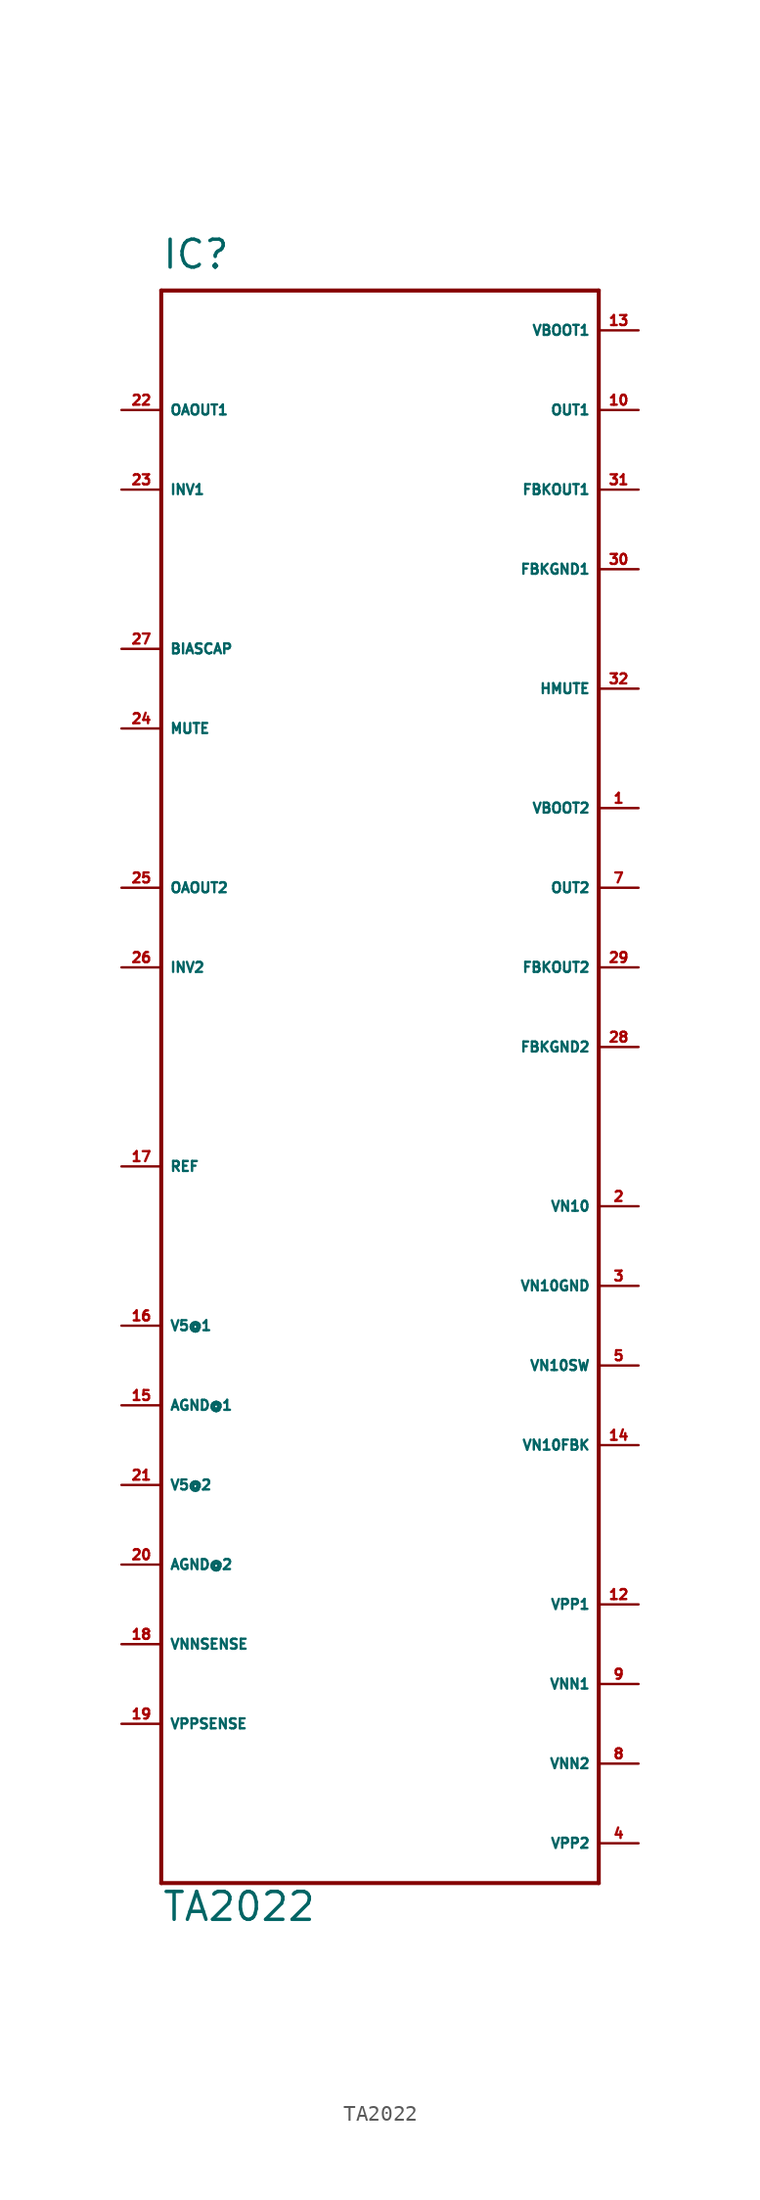
<source format=kicad_sym>
(kicad_symbol_lib
  (version 20220914)
  (generator Eagle2Kicad)
  (symbol "TA2022"
    (property "Reference" "IC"
      (at -12.7 52.07 0)
      (effects (font (size 1.778 1.778) (thickness 0.22)) (justify left bottom)))
    (property "Value" "TA2022"
      (at -12.7 -53.34 0)
      (effects (font (size 1.778 1.778) (thickness 0.22)) (justify left bottom)))
    (polyline
      (pts (xy -12.7 50.8) (xy -12.7 -50.8))
      (stroke (width 0.254) (type default))
      (fill (type none)))
    (polyline
      (pts (xy -12.7 -50.8) (xy 15.24 -50.8))
      (stroke (width 0.254) (type default))
      (fill (type none)))
    (polyline
      (pts (xy 15.24 -50.8) (xy 15.24 50.8))
      (stroke (width 0.254) (type default))
      (fill (type none)))
    (polyline
      (pts (xy 15.24 50.8) (xy -12.7 50.8))
      (stroke (width 0.254) (type default))
      (fill (type none)))
    (pin output line
      (at -15.24 43.18 0)
      (length 2.54)
      (name "OAOUT1" (effects (font (size 0.635 0.635) (thickness 0.08)) (justify left bottom)))
      (number "22" (effects (font (size 0.635 0.635) (thickness 0.08)) (justify left bottom))))
    (pin input line
      (at -15.24 38.1 0)
      (length 2.54)
      (name "INV1" (effects (font (size 0.635 0.635) (thickness 0.08)) (justify left bottom)))
      (number "23" (effects (font (size 0.635 0.635) (thickness 0.08)) (justify left bottom))))
    (pin passive line
      (at -15.24 27.94 0)
      (length 2.54)
      (name "BIASCAP" (effects (font (size 0.635 0.635) (thickness 0.08)) (justify left bottom)))
      (number "27" (effects (font (size 0.635 0.635) (thickness 0.08)) (justify left bottom))))
    (pin input line
      (at -15.24 22.86 0)
      (length 2.54)
      (name "MUTE" (effects (font (size 0.635 0.635) (thickness 0.08)) (justify left bottom)))
      (number "24" (effects (font (size 0.635 0.635) (thickness 0.08)) (justify left bottom))))
    (pin output line
      (at -15.24 12.7 0)
      (length 2.54)
      (name "OAOUT2" (effects (font (size 0.635 0.635) (thickness 0.08)) (justify left bottom)))
      (number "25" (effects (font (size 0.635 0.635) (thickness 0.08)) (justify left bottom))))
    (pin input line
      (at -15.24 7.62 0)
      (length 2.54)
      (name "INV2" (effects (font (size 0.635 0.635) (thickness 0.08)) (justify left bottom)))
      (number "26" (effects (font (size 0.635 0.635) (thickness 0.08)) (justify left bottom))))
    (pin passive line
      (at -15.24 -5.08 0)
      (length 2.54)
      (name "REF" (effects (font (size 0.635 0.635) (thickness 0.08)) (justify left bottom)))
      (number "17" (effects (font (size 0.635 0.635) (thickness 0.08)) (justify left bottom))))
    (pin unspecified line
      (at -15.24 -15.24 0)
      (length 2.54)
      (name "V5@1" (effects (font (size 0.635 0.635) (thickness 0.08)) (justify left bottom)))
      (number "16" (effects (font (size 0.635 0.635) (thickness 0.08)) (justify left bottom))))
    (pin unspecified line
      (at -15.24 -20.32 0)
      (length 2.54)
      (name "AGND@1" (effects (font (size 0.635 0.635) (thickness 0.08)) (justify left bottom)))
      (number "15" (effects (font (size 0.635 0.635) (thickness 0.08)) (justify left bottom))))
    (pin unspecified line
      (at -15.24 -25.4 0)
      (length 2.54)
      (name "V5@2" (effects (font (size 0.635 0.635) (thickness 0.08)) (justify left bottom)))
      (number "21" (effects (font (size 0.635 0.635) (thickness 0.08)) (justify left bottom))))
    (pin unspecified line
      (at -15.24 -30.48 0)
      (length 2.54)
      (name "AGND@2" (effects (font (size 0.635 0.635) (thickness 0.08)) (justify left bottom)))
      (number "20" (effects (font (size 0.635 0.635) (thickness 0.08)) (justify left bottom))))
    (pin input line
      (at -15.24 -35.56 0)
      (length 2.54)
      (name "VNNSENSE" (effects (font (size 0.635 0.635) (thickness 0.08)) (justify left bottom)))
      (number "18" (effects (font (size 0.635 0.635) (thickness 0.08)) (justify left bottom))))
    (pin input line
      (at -15.24 -40.64 0)
      (length 2.54)
      (name "VPPSENSE" (effects (font (size 0.635 0.635) (thickness 0.08)) (justify left bottom)))
      (number "19" (effects (font (size 0.635 0.635) (thickness 0.08)) (justify left bottom))))
    (pin unspecified line
      (at 17.78 -48.26 180)
      (length 2.54)
      (name "VPP2" (effects (font (size 0.635 0.635) (thickness 0.08)) (justify left bottom)))
      (number "4" (effects (font (size 0.635 0.635) (thickness 0.08)) (justify left bottom))))
    (pin unspecified line
      (at 17.78 -43.18 180)
      (length 2.54)
      (name "VNN2" (effects (font (size 0.635 0.635) (thickness 0.08)) (justify left bottom)))
      (number "8" (effects (font (size 0.635 0.635) (thickness 0.08)) (justify left bottom))))
    (pin unspecified line
      (at 17.78 -33.02 180)
      (length 2.54)
      (name "VPP1" (effects (font (size 0.635 0.635) (thickness 0.08)) (justify left bottom)))
      (number "12" (effects (font (size 0.635 0.635) (thickness 0.08)) (justify left bottom))))
    (pin unspecified line
      (at 17.78 -38.1 180)
      (length 2.54)
      (name "VNN1" (effects (font (size 0.635 0.635) (thickness 0.08)) (justify left bottom)))
      (number "9" (effects (font (size 0.635 0.635) (thickness 0.08)) (justify left bottom))))
    (pin output line
      (at 17.78 -22.86 180)
      (length 2.54)
      (name "VN10FBK" (effects (font (size 0.635 0.635) (thickness 0.08)) (justify left bottom)))
      (number "14" (effects (font (size 0.635 0.635) (thickness 0.08)) (justify left bottom))))
    (pin output line
      (at 17.78 -17.78 180)
      (length 2.54)
      (name "VN10SW" (effects (font (size 0.635 0.635) (thickness 0.08)) (justify left bottom)))
      (number "5" (effects (font (size 0.635 0.635) (thickness 0.08)) (justify left bottom))))
    (pin unspecified line
      (at 17.78 -12.7 180)
      (length 2.54)
      (name "VN10GND" (effects (font (size 0.635 0.635) (thickness 0.08)) (justify left bottom)))
      (number "3" (effects (font (size 0.635 0.635) (thickness 0.08)) (justify left bottom))))
    (pin input line
      (at 17.78 -7.62 180)
      (length 2.54)
      (name "VN10" (effects (font (size 0.635 0.635) (thickness 0.08)) (justify left bottom)))
      (number "2" (effects (font (size 0.635 0.635) (thickness 0.08)) (justify left bottom))))
    (pin output line
      (at 17.78 2.54 180)
      (length 2.54)
      (name "FBKGND2" (effects (font (size 0.635 0.635) (thickness 0.08)) (justify left bottom)))
      (number "28" (effects (font (size 0.635 0.635) (thickness 0.08)) (justify left bottom))))
    (pin output line
      (at 17.78 7.62 180)
      (length 2.54)
      (name "FBKOUT2" (effects (font (size 0.635 0.635) (thickness 0.08)) (justify left bottom)))
      (number "29" (effects (font (size 0.635 0.635) (thickness 0.08)) (justify left bottom))))
    (pin output line
      (at 17.78 12.7 180)
      (length 2.54)
      (name "OUT2" (effects (font (size 0.635 0.635) (thickness 0.08)) (justify left bottom)))
      (number "7" (effects (font (size 0.635 0.635) (thickness 0.08)) (justify left bottom))))
    (pin input line
      (at 17.78 17.78 180)
      (length 2.54)
      (name "VBOOT2" (effects (font (size 0.635 0.635) (thickness 0.08)) (justify left bottom)))
      (number "1" (effects (font (size 0.635 0.635) (thickness 0.08)) (justify left bottom))))
    (pin output line
      (at 17.78 25.4 180)
      (length 2.54)
      (name "HMUTE" (effects (font (size 0.635 0.635) (thickness 0.08)) (justify left bottom)))
      (number "32" (effects (font (size 0.635 0.635) (thickness 0.08)) (justify left bottom))))
    (pin bidirectional line
      (at 17.78 33.02 180)
      (length 2.54)
      (name "FBKGND1" (effects (font (size 0.635 0.635) (thickness 0.08)) (justify left bottom)))
      (number "30" (effects (font (size 0.635 0.635) (thickness 0.08)) (justify left bottom))))
    (pin output line
      (at 17.78 38.1 180)
      (length 2.54)
      (name "FBKOUT1" (effects (font (size 0.635 0.635) (thickness 0.08)) (justify left bottom)))
      (number "31" (effects (font (size 0.635 0.635) (thickness 0.08)) (justify left bottom))))
    (pin output line
      (at 17.78 43.18 180)
      (length 2.54)
      (name "OUT1" (effects (font (size 0.635 0.635) (thickness 0.08)) (justify left bottom)))
      (number "10" (effects (font (size 0.635 0.635) (thickness 0.08)) (justify left bottom))))
    (pin input line
      (at 17.78 48.26 180)
      (length 2.54)
      (name "VBOOT1" (effects (font (size 0.635 0.635) (thickness 0.08)) (justify left bottom)))
      (number "13" (effects (font (size 0.635 0.635) (thickness 0.08)) (justify left bottom))))))
</source>
